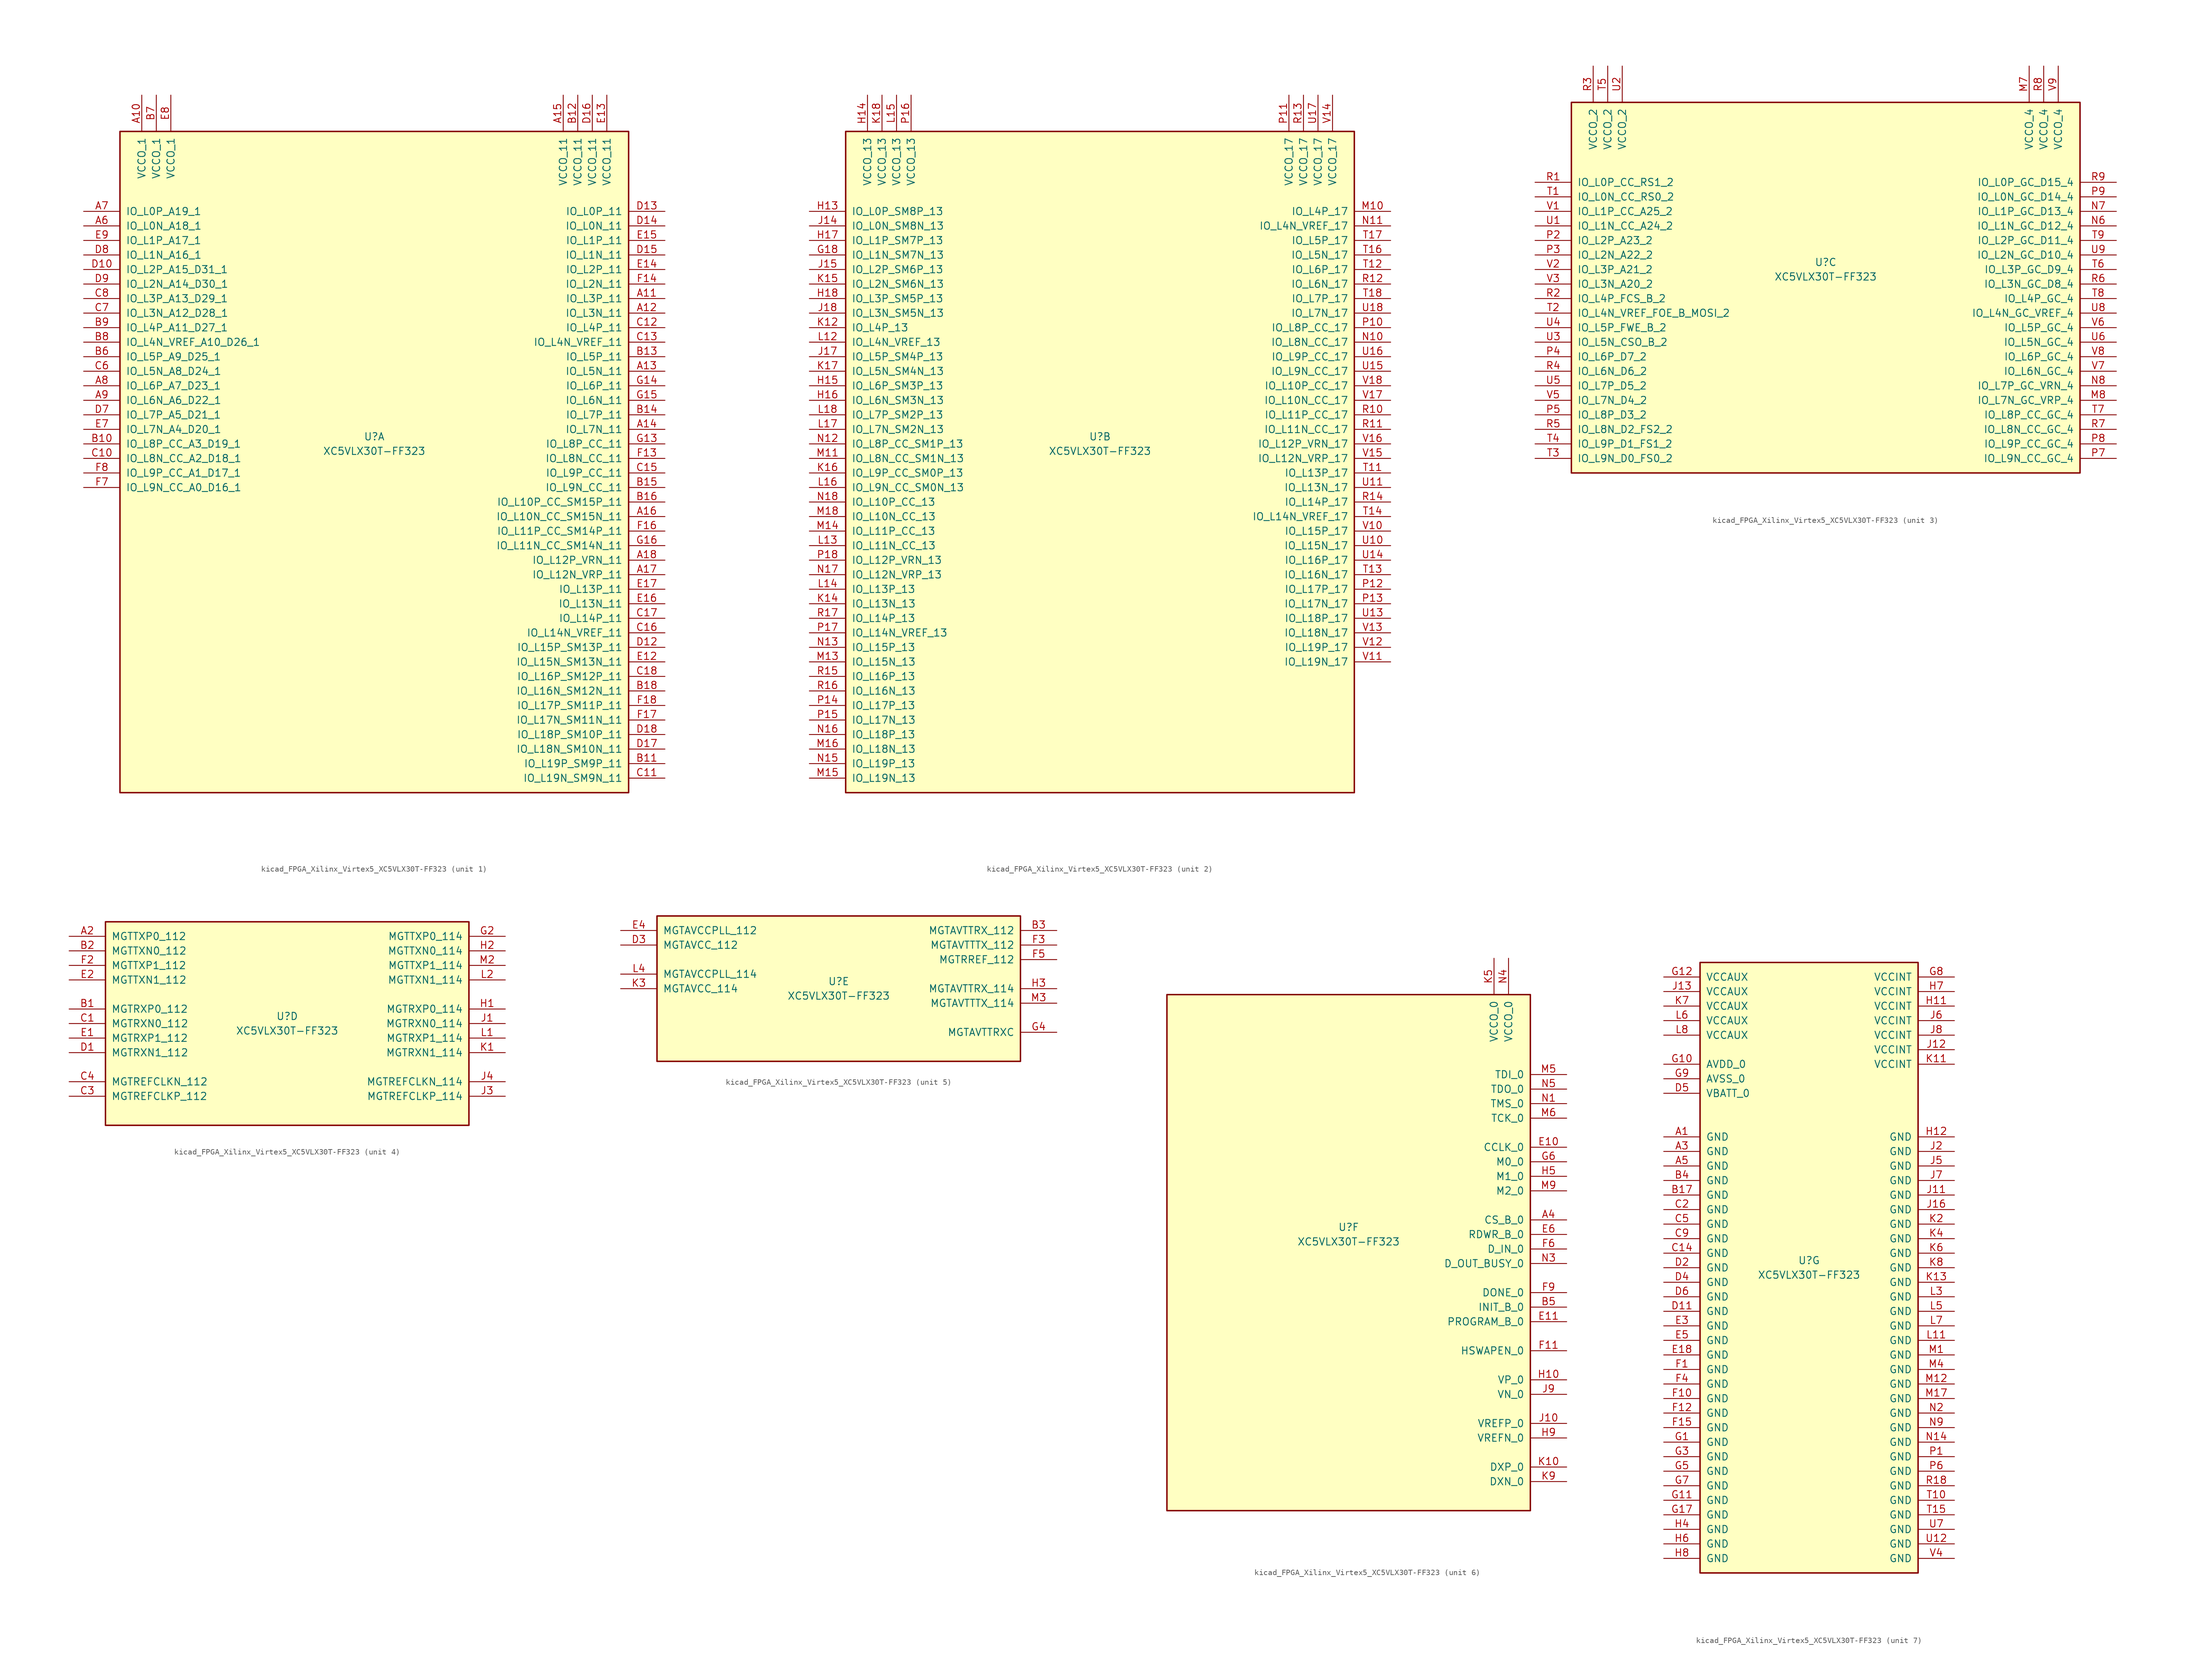
<source format=kicad_sym>
(kicad_symbol_lib
  (version 20220914)
  (generator kicad_symbol_editor)
  (symbol "kicad_FPGA_Xilinx_Virtex5_XC5VLX30T-FF323"
    (pin_names
      (offset 1.016))
    (property "Reference" "U"
      (at 0 1.27 0)
      (effects (font (size 1.27 1.27))))
    (property "Value" "XC5VLX30T-FF323"
      (at 0 -1.27 0)
      (effects (font (size 1.27 1.27))))
    (property "Datasheet" ""
      (at 0 0 0)
      (effects (font (size 1.27 1.27))))
    (property "ki_locked" ""
      (at 0 0 0)
      (effects (font (size 1.27 1.27))))
    (symbol "kicad_FPGA_Xilinx_Virtex5_XC5VLX30T-FF323_1_1"
      (rectangle (start -44.45 54.61) (end 44.45 -60.96) (stroke (width 0.254) (type default)) (fill (type background)))
      (pin power_in line (at -40.64 60.96 270) (length 6.35) (name "VCCO_1" (effects (font (size 1.27 1.27)))) (number "A10" (effects (font (size 1.27 1.27)))))
      (pin bidirectional line (at 50.8 25.4 180) (length 6.35) (name "IO_L3P_11" (effects (font (size 1.27 1.27)))) (number "A11" (effects (font (size 1.27 1.27)))))
      (pin bidirectional line (at 50.8 22.86 180) (length 6.35) (name "IO_L3N_11" (effects (font (size 1.27 1.27)))) (number "A12" (effects (font (size 1.27 1.27)))))
      (pin bidirectional line (at 50.8 12.7 180) (length 6.35) (name "IO_L5N_11" (effects (font (size 1.27 1.27)))) (number "A13" (effects (font (size 1.27 1.27)))))
      (pin bidirectional line (at 50.8 2.54 180) (length 6.35) (name "IO_L7N_11" (effects (font (size 1.27 1.27)))) (number "A14" (effects (font (size 1.27 1.27)))))
      (pin power_in line (at 33.02 60.96 270) (length 6.35) (name "VCCO_11" (effects (font (size 1.27 1.27)))) (number "A15" (effects (font (size 1.27 1.27)))))
      (pin bidirectional line (at 50.8 -12.7 180) (length 6.35) (name "IO_L10N_CC_SM15N_11" (effects (font (size 1.27 1.27)))) (number "A16" (effects (font (size 1.27 1.27)))))
      (pin bidirectional line (at 50.8 -22.86 180) (length 6.35) (name "IO_L12N_VRP_11" (effects (font (size 1.27 1.27)))) (number "A17" (effects (font (size 1.27 1.27)))))
      (pin bidirectional line (at 50.8 -20.32 180) (length 6.35) (name "IO_L12P_VRN_11" (effects (font (size 1.27 1.27)))) (number "A18" (effects (font (size 1.27 1.27)))))
      (pin bidirectional line (at -50.8 38.1 0) (length 6.35) (name "IO_L0N_A18_1" (effects (font (size 1.27 1.27)))) (number "A6" (effects (font (size 1.27 1.27)))))
      (pin bidirectional line (at -50.8 40.64 0) (length 6.35) (name "IO_L0P_A19_1" (effects (font (size 1.27 1.27)))) (number "A7" (effects (font (size 1.27 1.27)))))
      (pin bidirectional line (at -50.8 10.16 0) (length 6.35) (name "IO_L6P_A7_D23_1" (effects (font (size 1.27 1.27)))) (number "A8" (effects (font (size 1.27 1.27)))))
      (pin bidirectional line (at -50.8 7.62 0) (length 6.35) (name "IO_L6N_A6_D22_1" (effects (font (size 1.27 1.27)))) (number "A9" (effects (font (size 1.27 1.27)))))
      (pin bidirectional line (at -50.8 0 0) (length 6.35) (name "IO_L8P_CC_A3_D19_1" (effects (font (size 1.27 1.27)))) (number "B10" (effects (font (size 1.27 1.27)))))
      (pin bidirectional line (at 50.8 -55.88 180) (length 6.35) (name "IO_L19P_SM9P_11" (effects (font (size 1.27 1.27)))) (number "B11" (effects (font (size 1.27 1.27)))))
      (pin power_in line (at 35.56 60.96 270) (length 6.35) (name "VCCO_11" (effects (font (size 1.27 1.27)))) (number "B12" (effects (font (size 1.27 1.27)))))
      (pin bidirectional line (at 50.8 15.24 180) (length 6.35) (name "IO_L5P_11" (effects (font (size 1.27 1.27)))) (number "B13" (effects (font (size 1.27 1.27)))))
      (pin bidirectional line (at 50.8 5.08 180) (length 6.35) (name "IO_L7P_11" (effects (font (size 1.27 1.27)))) (number "B14" (effects (font (size 1.27 1.27)))))
      (pin bidirectional line (at 50.8 -7.62 180) (length 6.35) (name "IO_L9N_CC_11" (effects (font (size 1.27 1.27)))) (number "B15" (effects (font (size 1.27 1.27)))))
      (pin bidirectional line (at 50.8 -10.16 180) (length 6.35) (name "IO_L10P_CC_SM15P_11" (effects (font (size 1.27 1.27)))) (number "B16" (effects (font (size 1.27 1.27)))))
      (pin bidirectional line (at 50.8 -43.18 180) (length 6.35) (name "IO_L16N_SM12N_11" (effects (font (size 1.27 1.27)))) (number "B18" (effects (font (size 1.27 1.27)))))
      (pin bidirectional line (at -50.8 15.24 0) (length 6.35) (name "IO_L5P_A9_D25_1" (effects (font (size 1.27 1.27)))) (number "B6" (effects (font (size 1.27 1.27)))))
      (pin power_in line (at -38.1 60.96 270) (length 6.35) (name "VCCO_1" (effects (font (size 1.27 1.27)))) (number "B7" (effects (font (size 1.27 1.27)))))
      (pin bidirectional line (at -50.8 17.78 0) (length 6.35) (name "IO_L4N_VREF_A10_D26_1" (effects (font (size 1.27 1.27)))) (number "B8" (effects (font (size 1.27 1.27)))))
      (pin bidirectional line (at -50.8 20.32 0) (length 6.35) (name "IO_L4P_A11_D27_1" (effects (font (size 1.27 1.27)))) (number "B9" (effects (font (size 1.27 1.27)))))
      (pin bidirectional line (at -50.8 -2.54 0) (length 6.35) (name "IO_L8N_CC_A2_D18_1" (effects (font (size 1.27 1.27)))) (number "C10" (effects (font (size 1.27 1.27)))))
      (pin bidirectional line (at 50.8 -58.42 180) (length 6.35) (name "IO_L19N_SM9N_11" (effects (font (size 1.27 1.27)))) (number "C11" (effects (font (size 1.27 1.27)))))
      (pin bidirectional line (at 50.8 20.32 180) (length 6.35) (name "IO_L4P_11" (effects (font (size 1.27 1.27)))) (number "C12" (effects (font (size 1.27 1.27)))))
      (pin bidirectional line (at 50.8 17.78 180) (length 6.35) (name "IO_L4N_VREF_11" (effects (font (size 1.27 1.27)))) (number "C13" (effects (font (size 1.27 1.27)))))
      (pin bidirectional line (at 50.8 -5.08 180) (length 6.35) (name "IO_L9P_CC_11" (effects (font (size 1.27 1.27)))) (number "C15" (effects (font (size 1.27 1.27)))))
      (pin bidirectional line (at 50.8 -33.02 180) (length 6.35) (name "IO_L14N_VREF_11" (effects (font (size 1.27 1.27)))) (number "C16" (effects (font (size 1.27 1.27)))))
      (pin bidirectional line (at 50.8 -30.48 180) (length 6.35) (name "IO_L14P_11" (effects (font (size 1.27 1.27)))) (number "C17" (effects (font (size 1.27 1.27)))))
      (pin bidirectional line (at 50.8 -40.64 180) (length 6.35) (name "IO_L16P_SM12P_11" (effects (font (size 1.27 1.27)))) (number "C18" (effects (font (size 1.27 1.27)))))
      (pin bidirectional line (at -50.8 12.7 0) (length 6.35) (name "IO_L5N_A8_D24_1" (effects (font (size 1.27 1.27)))) (number "C6" (effects (font (size 1.27 1.27)))))
      (pin bidirectional line (at -50.8 22.86 0) (length 6.35) (name "IO_L3N_A12_D28_1" (effects (font (size 1.27 1.27)))) (number "C7" (effects (font (size 1.27 1.27)))))
      (pin bidirectional line (at -50.8 25.4 0) (length 6.35) (name "IO_L3P_A13_D29_1" (effects (font (size 1.27 1.27)))) (number "C8" (effects (font (size 1.27 1.27)))))
      (pin bidirectional line (at -50.8 30.48 0) (length 6.35) (name "IO_L2P_A15_D31_1" (effects (font (size 1.27 1.27)))) (number "D10" (effects (font (size 1.27 1.27)))))
      (pin bidirectional line (at 50.8 -35.56 180) (length 6.35) (name "IO_L15P_SM13P_11" (effects (font (size 1.27 1.27)))) (number "D12" (effects (font (size 1.27 1.27)))))
      (pin bidirectional line (at 50.8 40.64 180) (length 6.35) (name "IO_L0P_11" (effects (font (size 1.27 1.27)))) (number "D13" (effects (font (size 1.27 1.27)))))
      (pin bidirectional line (at 50.8 38.1 180) (length 6.35) (name "IO_L0N_11" (effects (font (size 1.27 1.27)))) (number "D14" (effects (font (size 1.27 1.27)))))
      (pin bidirectional line (at 50.8 33.02 180) (length 6.35) (name "IO_L1N_11" (effects (font (size 1.27 1.27)))) (number "D15" (effects (font (size 1.27 1.27)))))
      (pin power_in line (at 38.1 60.96 270) (length 6.35) (name "VCCO_11" (effects (font (size 1.27 1.27)))) (number "D16" (effects (font (size 1.27 1.27)))))
      (pin bidirectional line (at 50.8 -53.34 180) (length 6.35) (name "IO_L18N_SM10N_11" (effects (font (size 1.27 1.27)))) (number "D17" (effects (font (size 1.27 1.27)))))
      (pin bidirectional line (at 50.8 -50.8 180) (length 6.35) (name "IO_L18P_SM10P_11" (effects (font (size 1.27 1.27)))) (number "D18" (effects (font (size 1.27 1.27)))))
      (pin bidirectional line (at -50.8 5.08 0) (length 6.35) (name "IO_L7P_A5_D21_1" (effects (font (size 1.27 1.27)))) (number "D7" (effects (font (size 1.27 1.27)))))
      (pin bidirectional line (at -50.8 33.02 0) (length 6.35) (name "IO_L1N_A16_1" (effects (font (size 1.27 1.27)))) (number "D8" (effects (font (size 1.27 1.27)))))
      (pin bidirectional line (at -50.8 27.94 0) (length 6.35) (name "IO_L2N_A14_D30_1" (effects (font (size 1.27 1.27)))) (number "D9" (effects (font (size 1.27 1.27)))))
      (pin bidirectional line (at 50.8 -38.1 180) (length 6.35) (name "IO_L15N_SM13N_11" (effects (font (size 1.27 1.27)))) (number "E12" (effects (font (size 1.27 1.27)))))
      (pin power_in line (at 40.64 60.96 270) (length 6.35) (name "VCCO_11" (effects (font (size 1.27 1.27)))) (number "E13" (effects (font (size 1.27 1.27)))))
      (pin bidirectional line (at 50.8 30.48 180) (length 6.35) (name "IO_L2P_11" (effects (font (size 1.27 1.27)))) (number "E14" (effects (font (size 1.27 1.27)))))
      (pin bidirectional line (at 50.8 35.56 180) (length 6.35) (name "IO_L1P_11" (effects (font (size 1.27 1.27)))) (number "E15" (effects (font (size 1.27 1.27)))))
      (pin bidirectional line (at 50.8 -27.94 180) (length 6.35) (name "IO_L13N_11" (effects (font (size 1.27 1.27)))) (number "E16" (effects (font (size 1.27 1.27)))))
      (pin bidirectional line (at 50.8 -25.4 180) (length 6.35) (name "IO_L13P_11" (effects (font (size 1.27 1.27)))) (number "E17" (effects (font (size 1.27 1.27)))))
      (pin bidirectional line (at -50.8 2.54 0) (length 6.35) (name "IO_L7N_A4_D20_1" (effects (font (size 1.27 1.27)))) (number "E7" (effects (font (size 1.27 1.27)))))
      (pin power_in line (at -35.56 60.96 270) (length 6.35) (name "VCCO_1" (effects (font (size 1.27 1.27)))) (number "E8" (effects (font (size 1.27 1.27)))))
      (pin bidirectional line (at -50.8 35.56 0) (length 6.35) (name "IO_L1P_A17_1" (effects (font (size 1.27 1.27)))) (number "E9" (effects (font (size 1.27 1.27)))))
      (pin bidirectional line (at 50.8 -2.54 180) (length 6.35) (name "IO_L8N_CC_11" (effects (font (size 1.27 1.27)))) (number "F13" (effects (font (size 1.27 1.27)))))
      (pin bidirectional line (at 50.8 27.94 180) (length 6.35) (name "IO_L2N_11" (effects (font (size 1.27 1.27)))) (number "F14" (effects (font (size 1.27 1.27)))))
      (pin bidirectional line (at 50.8 -15.24 180) (length 6.35) (name "IO_L11P_CC_SM14P_11" (effects (font (size 1.27 1.27)))) (number "F16" (effects (font (size 1.27 1.27)))))
      (pin bidirectional line (at 50.8 -48.26 180) (length 6.35) (name "IO_L17N_SM11N_11" (effects (font (size 1.27 1.27)))) (number "F17" (effects (font (size 1.27 1.27)))))
      (pin bidirectional line (at 50.8 -45.72 180) (length 6.35) (name "IO_L17P_SM11P_11" (effects (font (size 1.27 1.27)))) (number "F18" (effects (font (size 1.27 1.27)))))
      (pin bidirectional line (at -50.8 -7.62 0) (length 6.35) (name "IO_L9N_CC_A0_D16_1" (effects (font (size 1.27 1.27)))) (number "F7" (effects (font (size 1.27 1.27)))))
      (pin bidirectional line (at -50.8 -5.08 0) (length 6.35) (name "IO_L9P_CC_A1_D17_1" (effects (font (size 1.27 1.27)))) (number "F8" (effects (font (size 1.27 1.27)))))
      (pin bidirectional line (at 50.8 0 180) (length 6.35) (name "IO_L8P_CC_11" (effects (font (size 1.27 1.27)))) (number "G13" (effects (font (size 1.27 1.27)))))
      (pin bidirectional line (at 50.8 10.16 180) (length 6.35) (name "IO_L6P_11" (effects (font (size 1.27 1.27)))) (number "G14" (effects (font (size 1.27 1.27)))))
      (pin bidirectional line (at 50.8 7.62 180) (length 6.35) (name "IO_L6N_11" (effects (font (size 1.27 1.27)))) (number "G15" (effects (font (size 1.27 1.27)))))
      (pin bidirectional line (at 50.8 -17.78 180) (length 6.35) (name "IO_L11N_CC_SM14N_11" (effects (font (size 1.27 1.27)))) (number "G16" (effects (font (size 1.27 1.27))))))
    (symbol "kicad_FPGA_Xilinx_Virtex5_XC5VLX30T-FF323_2_1"
      (rectangle (start -44.45 54.61) (end 44.45 -60.96) (stroke (width 0.254) (type default)) (fill (type background)))
      (pin bidirectional line (at -50.8 33.02 0) (length 6.35) (name "IO_L1N_SM7N_13" (effects (font (size 1.27 1.27)))) (number "G18" (effects (font (size 1.27 1.27)))))
      (pin bidirectional line (at -50.8 40.64 0) (length 6.35) (name "IO_L0P_SM8P_13" (effects (font (size 1.27 1.27)))) (number "H13" (effects (font (size 1.27 1.27)))))
      (pin power_in line (at -40.64 60.96 270) (length 6.35) (name "VCCO_13" (effects (font (size 1.27 1.27)))) (number "H14" (effects (font (size 1.27 1.27)))))
      (pin bidirectional line (at -50.8 10.16 0) (length 6.35) (name "IO_L6P_SM3P_13" (effects (font (size 1.27 1.27)))) (number "H15" (effects (font (size 1.27 1.27)))))
      (pin bidirectional line (at -50.8 7.62 0) (length 6.35) (name "IO_L6N_SM3N_13" (effects (font (size 1.27 1.27)))) (number "H16" (effects (font (size 1.27 1.27)))))
      (pin bidirectional line (at -50.8 35.56 0) (length 6.35) (name "IO_L1P_SM7P_13" (effects (font (size 1.27 1.27)))) (number "H17" (effects (font (size 1.27 1.27)))))
      (pin bidirectional line (at -50.8 25.4 0) (length 6.35) (name "IO_L3P_SM5P_13" (effects (font (size 1.27 1.27)))) (number "H18" (effects (font (size 1.27 1.27)))))
      (pin bidirectional line (at -50.8 38.1 0) (length 6.35) (name "IO_L0N_SM8N_13" (effects (font (size 1.27 1.27)))) (number "J14" (effects (font (size 1.27 1.27)))))
      (pin bidirectional line (at -50.8 30.48 0) (length 6.35) (name "IO_L2P_SM6P_13" (effects (font (size 1.27 1.27)))) (number "J15" (effects (font (size 1.27 1.27)))))
      (pin bidirectional line (at -50.8 15.24 0) (length 6.35) (name "IO_L5P_SM4P_13" (effects (font (size 1.27 1.27)))) (number "J17" (effects (font (size 1.27 1.27)))))
      (pin bidirectional line (at -50.8 22.86 0) (length 6.35) (name "IO_L3N_SM5N_13" (effects (font (size 1.27 1.27)))) (number "J18" (effects (font (size 1.27 1.27)))))
      (pin bidirectional line (at -50.8 20.32 0) (length 6.35) (name "IO_L4P_13" (effects (font (size 1.27 1.27)))) (number "K12" (effects (font (size 1.27 1.27)))))
      (pin bidirectional line (at -50.8 -27.94 0) (length 6.35) (name "IO_L13N_13" (effects (font (size 1.27 1.27)))) (number "K14" (effects (font (size 1.27 1.27)))))
      (pin bidirectional line (at -50.8 27.94 0) (length 6.35) (name "IO_L2N_SM6N_13" (effects (font (size 1.27 1.27)))) (number "K15" (effects (font (size 1.27 1.27)))))
      (pin bidirectional line (at -50.8 -5.08 0) (length 6.35) (name "IO_L9P_CC_SM0P_13" (effects (font (size 1.27 1.27)))) (number "K16" (effects (font (size 1.27 1.27)))))
      (pin bidirectional line (at -50.8 12.7 0) (length 6.35) (name "IO_L5N_SM4N_13" (effects (font (size 1.27 1.27)))) (number "K17" (effects (font (size 1.27 1.27)))))
      (pin power_in line (at -38.1 60.96 270) (length 6.35) (name "VCCO_13" (effects (font (size 1.27 1.27)))) (number "K18" (effects (font (size 1.27 1.27)))))
      (pin bidirectional line (at -50.8 17.78 0) (length 6.35) (name "IO_L4N_VREF_13" (effects (font (size 1.27 1.27)))) (number "L12" (effects (font (size 1.27 1.27)))))
      (pin bidirectional line (at -50.8 -17.78 0) (length 6.35) (name "IO_L11N_CC_13" (effects (font (size 1.27 1.27)))) (number "L13" (effects (font (size 1.27 1.27)))))
      (pin bidirectional line (at -50.8 -25.4 0) (length 6.35) (name "IO_L13P_13" (effects (font (size 1.27 1.27)))) (number "L14" (effects (font (size 1.27 1.27)))))
      (pin power_in line (at -35.56 60.96 270) (length 6.35) (name "VCCO_13" (effects (font (size 1.27 1.27)))) (number "L15" (effects (font (size 1.27 1.27)))))
      (pin bidirectional line (at -50.8 -7.62 0) (length 6.35) (name "IO_L9N_CC_SM0N_13" (effects (font (size 1.27 1.27)))) (number "L16" (effects (font (size 1.27 1.27)))))
      (pin bidirectional line (at -50.8 2.54 0) (length 6.35) (name "IO_L7N_SM2N_13" (effects (font (size 1.27 1.27)))) (number "L17" (effects (font (size 1.27 1.27)))))
      (pin bidirectional line (at -50.8 5.08 0) (length 6.35) (name "IO_L7P_SM2P_13" (effects (font (size 1.27 1.27)))) (number "L18" (effects (font (size 1.27 1.27)))))
      (pin bidirectional line (at 50.8 40.64 180) (length 6.35) (name "IO_L4P_17" (effects (font (size 1.27 1.27)))) (number "M10" (effects (font (size 1.27 1.27)))))
      (pin bidirectional line (at -50.8 -2.54 0) (length 6.35) (name "IO_L8N_CC_SM1N_13" (effects (font (size 1.27 1.27)))) (number "M11" (effects (font (size 1.27 1.27)))))
      (pin bidirectional line (at -50.8 -38.1 0) (length 6.35) (name "IO_L15N_13" (effects (font (size 1.27 1.27)))) (number "M13" (effects (font (size 1.27 1.27)))))
      (pin bidirectional line (at -50.8 -15.24 0) (length 6.35) (name "IO_L11P_CC_13" (effects (font (size 1.27 1.27)))) (number "M14" (effects (font (size 1.27 1.27)))))
      (pin bidirectional line (at -50.8 -58.42 0) (length 6.35) (name "IO_L19N_13" (effects (font (size 1.27 1.27)))) (number "M15" (effects (font (size 1.27 1.27)))))
      (pin bidirectional line (at -50.8 -53.34 0) (length 6.35) (name "IO_L18N_13" (effects (font (size 1.27 1.27)))) (number "M16" (effects (font (size 1.27 1.27)))))
      (pin bidirectional line (at -50.8 -12.7 0) (length 6.35) (name "IO_L10N_CC_13" (effects (font (size 1.27 1.27)))) (number "M18" (effects (font (size 1.27 1.27)))))
      (pin bidirectional line (at 50.8 17.78 180) (length 6.35) (name "IO_L8N_CC_17" (effects (font (size 1.27 1.27)))) (number "N10" (effects (font (size 1.27 1.27)))))
      (pin bidirectional line (at 50.8 38.1 180) (length 6.35) (name "IO_L4N_VREF_17" (effects (font (size 1.27 1.27)))) (number "N11" (effects (font (size 1.27 1.27)))))
      (pin bidirectional line (at -50.8 0 0) (length 6.35) (name "IO_L8P_CC_SM1P_13" (effects (font (size 1.27 1.27)))) (number "N12" (effects (font (size 1.27 1.27)))))
      (pin bidirectional line (at -50.8 -35.56 0) (length 6.35) (name "IO_L15P_13" (effects (font (size 1.27 1.27)))) (number "N13" (effects (font (size 1.27 1.27)))))
      (pin bidirectional line (at -50.8 -55.88 0) (length 6.35) (name "IO_L19P_13" (effects (font (size 1.27 1.27)))) (number "N15" (effects (font (size 1.27 1.27)))))
      (pin bidirectional line (at -50.8 -50.8 0) (length 6.35) (name "IO_L18P_13" (effects (font (size 1.27 1.27)))) (number "N16" (effects (font (size 1.27 1.27)))))
      (pin bidirectional line (at -50.8 -22.86 0) (length 6.35) (name "IO_L12N_VRP_13" (effects (font (size 1.27 1.27)))) (number "N17" (effects (font (size 1.27 1.27)))))
      (pin bidirectional line (at -50.8 -10.16 0) (length 6.35) (name "IO_L10P_CC_13" (effects (font (size 1.27 1.27)))) (number "N18" (effects (font (size 1.27 1.27)))))
      (pin bidirectional line (at 50.8 20.32 180) (length 6.35) (name "IO_L8P_CC_17" (effects (font (size 1.27 1.27)))) (number "P10" (effects (font (size 1.27 1.27)))))
      (pin power_in line (at 33.02 60.96 270) (length 6.35) (name "VCCO_17" (effects (font (size 1.27 1.27)))) (number "P11" (effects (font (size 1.27 1.27)))))
      (pin bidirectional line (at 50.8 -25.4 180) (length 6.35) (name "IO_L17P_17" (effects (font (size 1.27 1.27)))) (number "P12" (effects (font (size 1.27 1.27)))))
      (pin bidirectional line (at 50.8 -27.94 180) (length 6.35) (name "IO_L17N_17" (effects (font (size 1.27 1.27)))) (number "P13" (effects (font (size 1.27 1.27)))))
      (pin bidirectional line (at -50.8 -45.72 0) (length 6.35) (name "IO_L17P_13" (effects (font (size 1.27 1.27)))) (number "P14" (effects (font (size 1.27 1.27)))))
      (pin bidirectional line (at -50.8 -48.26 0) (length 6.35) (name "IO_L17N_13" (effects (font (size 1.27 1.27)))) (number "P15" (effects (font (size 1.27 1.27)))))
      (pin power_in line (at -33.02 60.96 270) (length 6.35) (name "VCCO_13" (effects (font (size 1.27 1.27)))) (number "P16" (effects (font (size 1.27 1.27)))))
      (pin bidirectional line (at -50.8 -33.02 0) (length 6.35) (name "IO_L14N_VREF_13" (effects (font (size 1.27 1.27)))) (number "P17" (effects (font (size 1.27 1.27)))))
      (pin bidirectional line (at -50.8 -20.32 0) (length 6.35) (name "IO_L12P_VRN_13" (effects (font (size 1.27 1.27)))) (number "P18" (effects (font (size 1.27 1.27)))))
      (pin bidirectional line (at 50.8 5.08 180) (length 6.35) (name "IO_L11P_CC_17" (effects (font (size 1.27 1.27)))) (number "R10" (effects (font (size 1.27 1.27)))))
      (pin bidirectional line (at 50.8 2.54 180) (length 6.35) (name "IO_L11N_CC_17" (effects (font (size 1.27 1.27)))) (number "R11" (effects (font (size 1.27 1.27)))))
      (pin bidirectional line (at 50.8 27.94 180) (length 6.35) (name "IO_L6N_17" (effects (font (size 1.27 1.27)))) (number "R12" (effects (font (size 1.27 1.27)))))
      (pin power_in line (at 35.56 60.96 270) (length 6.35) (name "VCCO_17" (effects (font (size 1.27 1.27)))) (number "R13" (effects (font (size 1.27 1.27)))))
      (pin bidirectional line (at 50.8 -10.16 180) (length 6.35) (name "IO_L14P_17" (effects (font (size 1.27 1.27)))) (number "R14" (effects (font (size 1.27 1.27)))))
      (pin bidirectional line (at -50.8 -40.64 0) (length 6.35) (name "IO_L16P_13" (effects (font (size 1.27 1.27)))) (number "R15" (effects (font (size 1.27 1.27)))))
      (pin bidirectional line (at -50.8 -43.18 0) (length 6.35) (name "IO_L16N_13" (effects (font (size 1.27 1.27)))) (number "R16" (effects (font (size 1.27 1.27)))))
      (pin bidirectional line (at -50.8 -30.48 0) (length 6.35) (name "IO_L14P_13" (effects (font (size 1.27 1.27)))) (number "R17" (effects (font (size 1.27 1.27)))))
      (pin bidirectional line (at 50.8 -5.08 180) (length 6.35) (name "IO_L13P_17" (effects (font (size 1.27 1.27)))) (number "T11" (effects (font (size 1.27 1.27)))))
      (pin bidirectional line (at 50.8 30.48 180) (length 6.35) (name "IO_L6P_17" (effects (font (size 1.27 1.27)))) (number "T12" (effects (font (size 1.27 1.27)))))
      (pin bidirectional line (at 50.8 -22.86 180) (length 6.35) (name "IO_L16N_17" (effects (font (size 1.27 1.27)))) (number "T13" (effects (font (size 1.27 1.27)))))
      (pin bidirectional line (at 50.8 -12.7 180) (length 6.35) (name "IO_L14N_VREF_17" (effects (font (size 1.27 1.27)))) (number "T14" (effects (font (size 1.27 1.27)))))
      (pin bidirectional line (at 50.8 33.02 180) (length 6.35) (name "IO_L5N_17" (effects (font (size 1.27 1.27)))) (number "T16" (effects (font (size 1.27 1.27)))))
      (pin bidirectional line (at 50.8 35.56 180) (length 6.35) (name "IO_L5P_17" (effects (font (size 1.27 1.27)))) (number "T17" (effects (font (size 1.27 1.27)))))
      (pin bidirectional line (at 50.8 25.4 180) (length 6.35) (name "IO_L7P_17" (effects (font (size 1.27 1.27)))) (number "T18" (effects (font (size 1.27 1.27)))))
      (pin bidirectional line (at 50.8 -17.78 180) (length 6.35) (name "IO_L15N_17" (effects (font (size 1.27 1.27)))) (number "U10" (effects (font (size 1.27 1.27)))))
      (pin bidirectional line (at 50.8 -7.62 180) (length 6.35) (name "IO_L13N_17" (effects (font (size 1.27 1.27)))) (number "U11" (effects (font (size 1.27 1.27)))))
      (pin bidirectional line (at 50.8 -30.48 180) (length 6.35) (name "IO_L18P_17" (effects (font (size 1.27 1.27)))) (number "U13" (effects (font (size 1.27 1.27)))))
      (pin bidirectional line (at 50.8 -20.32 180) (length 6.35) (name "IO_L16P_17" (effects (font (size 1.27 1.27)))) (number "U14" (effects (font (size 1.27 1.27)))))
      (pin bidirectional line (at 50.8 12.7 180) (length 6.35) (name "IO_L9N_CC_17" (effects (font (size 1.27 1.27)))) (number "U15" (effects (font (size 1.27 1.27)))))
      (pin bidirectional line (at 50.8 15.24 180) (length 6.35) (name "IO_L9P_CC_17" (effects (font (size 1.27 1.27)))) (number "U16" (effects (font (size 1.27 1.27)))))
      (pin power_in line (at 38.1 60.96 270) (length 6.35) (name "VCCO_17" (effects (font (size 1.27 1.27)))) (number "U17" (effects (font (size 1.27 1.27)))))
      (pin bidirectional line (at 50.8 22.86 180) (length 6.35) (name "IO_L7N_17" (effects (font (size 1.27 1.27)))) (number "U18" (effects (font (size 1.27 1.27)))))
      (pin bidirectional line (at 50.8 -15.24 180) (length 6.35) (name "IO_L15P_17" (effects (font (size 1.27 1.27)))) (number "V10" (effects (font (size 1.27 1.27)))))
      (pin bidirectional line (at 50.8 -38.1 180) (length 6.35) (name "IO_L19N_17" (effects (font (size 1.27 1.27)))) (number "V11" (effects (font (size 1.27 1.27)))))
      (pin bidirectional line (at 50.8 -35.56 180) (length 6.35) (name "IO_L19P_17" (effects (font (size 1.27 1.27)))) (number "V12" (effects (font (size 1.27 1.27)))))
      (pin bidirectional line (at 50.8 -33.02 180) (length 6.35) (name "IO_L18N_17" (effects (font (size 1.27 1.27)))) (number "V13" (effects (font (size 1.27 1.27)))))
      (pin power_in line (at 40.64 60.96 270) (length 6.35) (name "VCCO_17" (effects (font (size 1.27 1.27)))) (number "V14" (effects (font (size 1.27 1.27)))))
      (pin bidirectional line (at 50.8 -2.54 180) (length 6.35) (name "IO_L12N_VRP_17" (effects (font (size 1.27 1.27)))) (number "V15" (effects (font (size 1.27 1.27)))))
      (pin bidirectional line (at 50.8 0 180) (length 6.35) (name "IO_L12P_VRN_17" (effects (font (size 1.27 1.27)))) (number "V16" (effects (font (size 1.27 1.27)))))
      (pin bidirectional line (at 50.8 7.62 180) (length 6.35) (name "IO_L10N_CC_17" (effects (font (size 1.27 1.27)))) (number "V17" (effects (font (size 1.27 1.27)))))
      (pin bidirectional line (at 50.8 10.16 180) (length 6.35) (name "IO_L10P_CC_17" (effects (font (size 1.27 1.27)))) (number "V18" (effects (font (size 1.27 1.27))))))
    (symbol "kicad_FPGA_Xilinx_Virtex5_XC5VLX30T-FF323_3_1"
      (rectangle (start -44.45 29.21) (end 44.45 -35.56) (stroke (width 0.254) (type default)) (fill (type background)))
      (pin power_in line (at 35.56 35.56 270) (length 6.35) (name "VCCO_4" (effects (font (size 1.27 1.27)))) (number "M7" (effects (font (size 1.27 1.27)))))
      (pin bidirectional line (at 50.8 -22.86 180) (length 6.35) (name "IO_L7N_GC_VRP_4" (effects (font (size 1.27 1.27)))) (number "M8" (effects (font (size 1.27 1.27)))))
      (pin bidirectional line (at 50.8 7.62 180) (length 6.35) (name "IO_L1N_GC_D12_4" (effects (font (size 1.27 1.27)))) (number "N6" (effects (font (size 1.27 1.27)))))
      (pin bidirectional line (at 50.8 10.16 180) (length 6.35) (name "IO_L1P_GC_D13_4" (effects (font (size 1.27 1.27)))) (number "N7" (effects (font (size 1.27 1.27)))))
      (pin bidirectional line (at 50.8 -20.32 180) (length 6.35) (name "IO_L7P_GC_VRN_4" (effects (font (size 1.27 1.27)))) (number "N8" (effects (font (size 1.27 1.27)))))
      (pin bidirectional line (at -50.8 5.08 0) (length 6.35) (name "IO_L2P_A23_2" (effects (font (size 1.27 1.27)))) (number "P2" (effects (font (size 1.27 1.27)))))
      (pin bidirectional line (at -50.8 2.54 0) (length 6.35) (name "IO_L2N_A22_2" (effects (font (size 1.27 1.27)))) (number "P3" (effects (font (size 1.27 1.27)))))
      (pin bidirectional line (at -50.8 -15.24 0) (length 6.35) (name "IO_L6P_D7_2" (effects (font (size 1.27 1.27)))) (number "P4" (effects (font (size 1.27 1.27)))))
      (pin bidirectional line (at -50.8 -25.4 0) (length 6.35) (name "IO_L8P_D3_2" (effects (font (size 1.27 1.27)))) (number "P5" (effects (font (size 1.27 1.27)))))
      (pin bidirectional line (at 50.8 -33.02 180) (length 6.35) (name "IO_L9N_CC_GC_4" (effects (font (size 1.27 1.27)))) (number "P7" (effects (font (size 1.27 1.27)))))
      (pin bidirectional line (at 50.8 -30.48 180) (length 6.35) (name "IO_L9P_CC_GC_4" (effects (font (size 1.27 1.27)))) (number "P8" (effects (font (size 1.27 1.27)))))
      (pin bidirectional line (at 50.8 12.7 180) (length 6.35) (name "IO_L0N_GC_D14_4" (effects (font (size 1.27 1.27)))) (number "P9" (effects (font (size 1.27 1.27)))))
      (pin bidirectional line (at -50.8 15.24 0) (length 6.35) (name "IO_L0P_CC_RS1_2" (effects (font (size 1.27 1.27)))) (number "R1" (effects (font (size 1.27 1.27)))))
      (pin bidirectional line (at -50.8 -5.08 0) (length 6.35) (name "IO_L4P_FCS_B_2" (effects (font (size 1.27 1.27)))) (number "R2" (effects (font (size 1.27 1.27)))))
      (pin power_in line (at -40.64 35.56 270) (length 6.35) (name "VCCO_2" (effects (font (size 1.27 1.27)))) (number "R3" (effects (font (size 1.27 1.27)))))
      (pin bidirectional line (at -50.8 -17.78 0) (length 6.35) (name "IO_L6N_D6_2" (effects (font (size 1.27 1.27)))) (number "R4" (effects (font (size 1.27 1.27)))))
      (pin bidirectional line (at -50.8 -27.94 0) (length 6.35) (name "IO_L8N_D2_FS2_2" (effects (font (size 1.27 1.27)))) (number "R5" (effects (font (size 1.27 1.27)))))
      (pin bidirectional line (at 50.8 -2.54 180) (length 6.35) (name "IO_L3N_GC_D8_4" (effects (font (size 1.27 1.27)))) (number "R6" (effects (font (size 1.27 1.27)))))
      (pin bidirectional line (at 50.8 -27.94 180) (length 6.35) (name "IO_L8N_CC_GC_4" (effects (font (size 1.27 1.27)))) (number "R7" (effects (font (size 1.27 1.27)))))
      (pin power_in line (at 38.1 35.56 270) (length 6.35) (name "VCCO_4" (effects (font (size 1.27 1.27)))) (number "R8" (effects (font (size 1.27 1.27)))))
      (pin bidirectional line (at 50.8 15.24 180) (length 6.35) (name "IO_L0P_GC_D15_4" (effects (font (size 1.27 1.27)))) (number "R9" (effects (font (size 1.27 1.27)))))
      (pin bidirectional line (at -50.8 12.7 0) (length 6.35) (name "IO_L0N_CC_RS0_2" (effects (font (size 1.27 1.27)))) (number "T1" (effects (font (size 1.27 1.27)))))
      (pin bidirectional line (at -50.8 -7.62 0) (length 6.35) (name "IO_L4N_VREF_FOE_B_MOSI_2" (effects (font (size 1.27 1.27)))) (number "T2" (effects (font (size 1.27 1.27)))))
      (pin bidirectional line (at -50.8 -33.02 0) (length 6.35) (name "IO_L9N_D0_FS0_2" (effects (font (size 1.27 1.27)))) (number "T3" (effects (font (size 1.27 1.27)))))
      (pin bidirectional line (at -50.8 -30.48 0) (length 6.35) (name "IO_L9P_D1_FS1_2" (effects (font (size 1.27 1.27)))) (number "T4" (effects (font (size 1.27 1.27)))))
      (pin power_in line (at -38.1 35.56 270) (length 6.35) (name "VCCO_2" (effects (font (size 1.27 1.27)))) (number "T5" (effects (font (size 1.27 1.27)))))
      (pin bidirectional line (at 50.8 0 180) (length 6.35) (name "IO_L3P_GC_D9_4" (effects (font (size 1.27 1.27)))) (number "T6" (effects (font (size 1.27 1.27)))))
      (pin bidirectional line (at 50.8 -25.4 180) (length 6.35) (name "IO_L8P_CC_GC_4" (effects (font (size 1.27 1.27)))) (number "T7" (effects (font (size 1.27 1.27)))))
      (pin bidirectional line (at 50.8 -5.08 180) (length 6.35) (name "IO_L4P_GC_4" (effects (font (size 1.27 1.27)))) (number "T8" (effects (font (size 1.27 1.27)))))
      (pin bidirectional line (at 50.8 5.08 180) (length 6.35) (name "IO_L2P_GC_D11_4" (effects (font (size 1.27 1.27)))) (number "T9" (effects (font (size 1.27 1.27)))))
      (pin bidirectional line (at -50.8 7.62 0) (length 6.35) (name "IO_L1N_CC_A24_2" (effects (font (size 1.27 1.27)))) (number "U1" (effects (font (size 1.27 1.27)))))
      (pin power_in line (at -35.56 35.56 270) (length 6.35) (name "VCCO_2" (effects (font (size 1.27 1.27)))) (number "U2" (effects (font (size 1.27 1.27)))))
      (pin bidirectional line (at -50.8 -12.7 0) (length 6.35) (name "IO_L5N_CSO_B_2" (effects (font (size 1.27 1.27)))) (number "U3" (effects (font (size 1.27 1.27)))))
      (pin bidirectional line (at -50.8 -10.16 0) (length 6.35) (name "IO_L5P_FWE_B_2" (effects (font (size 1.27 1.27)))) (number "U4" (effects (font (size 1.27 1.27)))))
      (pin bidirectional line (at -50.8 -20.32 0) (length 6.35) (name "IO_L7P_D5_2" (effects (font (size 1.27 1.27)))) (number "U5" (effects (font (size 1.27 1.27)))))
      (pin bidirectional line (at 50.8 -12.7 180) (length 6.35) (name "IO_L5N_GC_4" (effects (font (size 1.27 1.27)))) (number "U6" (effects (font (size 1.27 1.27)))))
      (pin bidirectional line (at 50.8 -7.62 180) (length 6.35) (name "IO_L4N_GC_VREF_4" (effects (font (size 1.27 1.27)))) (number "U8" (effects (font (size 1.27 1.27)))))
      (pin bidirectional line (at 50.8 2.54 180) (length 6.35) (name "IO_L2N_GC_D10_4" (effects (font (size 1.27 1.27)))) (number "U9" (effects (font (size 1.27 1.27)))))
      (pin bidirectional line (at -50.8 10.16 0) (length 6.35) (name "IO_L1P_CC_A25_2" (effects (font (size 1.27 1.27)))) (number "V1" (effects (font (size 1.27 1.27)))))
      (pin bidirectional line (at -50.8 0 0) (length 6.35) (name "IO_L3P_A21_2" (effects (font (size 1.27 1.27)))) (number "V2" (effects (font (size 1.27 1.27)))))
      (pin bidirectional line (at -50.8 -2.54 0) (length 6.35) (name "IO_L3N_A20_2" (effects (font (size 1.27 1.27)))) (number "V3" (effects (font (size 1.27 1.27)))))
      (pin bidirectional line (at -50.8 -22.86 0) (length 6.35) (name "IO_L7N_D4_2" (effects (font (size 1.27 1.27)))) (number "V5" (effects (font (size 1.27 1.27)))))
      (pin bidirectional line (at 50.8 -10.16 180) (length 6.35) (name "IO_L5P_GC_4" (effects (font (size 1.27 1.27)))) (number "V6" (effects (font (size 1.27 1.27)))))
      (pin bidirectional line (at 50.8 -17.78 180) (length 6.35) (name "IO_L6N_GC_4" (effects (font (size 1.27 1.27)))) (number "V7" (effects (font (size 1.27 1.27)))))
      (pin bidirectional line (at 50.8 -15.24 180) (length 6.35) (name "IO_L6P_GC_4" (effects (font (size 1.27 1.27)))) (number "V8" (effects (font (size 1.27 1.27)))))
      (pin power_in line (at 40.64 35.56 270) (length 6.35) (name "VCCO_4" (effects (font (size 1.27 1.27)))) (number "V9" (effects (font (size 1.27 1.27))))))
    (symbol "kicad_FPGA_Xilinx_Virtex5_XC5VLX30T-FF323_4_1"
      (rectangle (start -31.75 17.78) (end 31.75 -17.78) (stroke (width 0.254) (type default)) (fill (type background)))
      (pin bidirectional line (at -38.1 15.24 0) (length 6.35) (name "MGTTXP0_112" (effects (font (size 1.27 1.27)))) (number "A2" (effects (font (size 1.27 1.27)))))
      (pin bidirectional line (at -38.1 2.54 0) (length 6.35) (name "MGTRXP0_112" (effects (font (size 1.27 1.27)))) (number "B1" (effects (font (size 1.27 1.27)))))
      (pin bidirectional line (at -38.1 12.7 0) (length 6.35) (name "MGTTXN0_112" (effects (font (size 1.27 1.27)))) (number "B2" (effects (font (size 1.27 1.27)))))
      (pin bidirectional line (at -38.1 0 0) (length 6.35) (name "MGTRXN0_112" (effects (font (size 1.27 1.27)))) (number "C1" (effects (font (size 1.27 1.27)))))
      (pin bidirectional line (at -38.1 -12.7 0) (length 6.35) (name "MGTREFCLKP_112" (effects (font (size 1.27 1.27)))) (number "C3" (effects (font (size 1.27 1.27)))))
      (pin bidirectional line (at -38.1 -10.16 0) (length 6.35) (name "MGTREFCLKN_112" (effects (font (size 1.27 1.27)))) (number "C4" (effects (font (size 1.27 1.27)))))
      (pin bidirectional line (at -38.1 -5.08 0) (length 6.35) (name "MGTRXN1_112" (effects (font (size 1.27 1.27)))) (number "D1" (effects (font (size 1.27 1.27)))))
      (pin bidirectional line (at -38.1 -2.54 0) (length 6.35) (name "MGTRXP1_112" (effects (font (size 1.27 1.27)))) (number "E1" (effects (font (size 1.27 1.27)))))
      (pin bidirectional line (at -38.1 7.62 0) (length 6.35) (name "MGTTXN1_112" (effects (font (size 1.27 1.27)))) (number "E2" (effects (font (size 1.27 1.27)))))
      (pin bidirectional line (at -38.1 10.16 0) (length 6.35) (name "MGTTXP1_112" (effects (font (size 1.27 1.27)))) (number "F2" (effects (font (size 1.27 1.27)))))
      (pin bidirectional line (at 38.1 15.24 180) (length 6.35) (name "MGTTXP0_114" (effects (font (size 1.27 1.27)))) (number "G2" (effects (font (size 1.27 1.27)))))
      (pin bidirectional line (at 38.1 2.54 180) (length 6.35) (name "MGTRXP0_114" (effects (font (size 1.27 1.27)))) (number "H1" (effects (font (size 1.27 1.27)))))
      (pin bidirectional line (at 38.1 12.7 180) (length 6.35) (name "MGTTXN0_114" (effects (font (size 1.27 1.27)))) (number "H2" (effects (font (size 1.27 1.27)))))
      (pin bidirectional line (at 38.1 0 180) (length 6.35) (name "MGTRXN0_114" (effects (font (size 1.27 1.27)))) (number "J1" (effects (font (size 1.27 1.27)))))
      (pin bidirectional line (at 38.1 -12.7 180) (length 6.35) (name "MGTREFCLKP_114" (effects (font (size 1.27 1.27)))) (number "J3" (effects (font (size 1.27 1.27)))))
      (pin bidirectional line (at 38.1 -10.16 180) (length 6.35) (name "MGTREFCLKN_114" (effects (font (size 1.27 1.27)))) (number "J4" (effects (font (size 1.27 1.27)))))
      (pin bidirectional line (at 38.1 -5.08 180) (length 6.35) (name "MGTRXN1_114" (effects (font (size 1.27 1.27)))) (number "K1" (effects (font (size 1.27 1.27)))))
      (pin bidirectional line (at 38.1 -2.54 180) (length 6.35) (name "MGTRXP1_114" (effects (font (size 1.27 1.27)))) (number "L1" (effects (font (size 1.27 1.27)))))
      (pin bidirectional line (at 38.1 7.62 180) (length 6.35) (name "MGTTXN1_114" (effects (font (size 1.27 1.27)))) (number "L2" (effects (font (size 1.27 1.27)))))
      (pin bidirectional line (at 38.1 10.16 180) (length 6.35) (name "MGTTXP1_114" (effects (font (size 1.27 1.27)))) (number "M2" (effects (font (size 1.27 1.27))))))
    (symbol "kicad_FPGA_Xilinx_Virtex5_XC5VLX30T-FF323_5_1"
      (rectangle (start -31.75 12.7) (end 31.75 -12.7) (stroke (width 0.254) (type default)) (fill (type background)))
      (pin power_in line (at 38.1 10.16 180) (length 6.35) (name "MGTAVTTRX_112" (effects (font (size 1.27 1.27)))) (number "B3" (effects (font (size 1.27 1.27)))))
      (pin power_in line (at -38.1 7.62 0) (length 6.35) (name "MGTAVCC_112" (effects (font (size 1.27 1.27)))) (number "D3" (effects (font (size 1.27 1.27)))))
      (pin power_in line (at -38.1 10.16 0) (length 6.35) (name "MGTAVCCPLL_112" (effects (font (size 1.27 1.27)))) (number "E4" (effects (font (size 1.27 1.27)))))
      (pin power_in line (at 38.1 7.62 180) (length 6.35) (name "MGTAVTTTX_112" (effects (font (size 1.27 1.27)))) (number "F3" (effects (font (size 1.27 1.27)))))
      (pin power_in line (at 38.1 5.08 180) (length 6.35) (name "MGTRREF_112" (effects (font (size 1.27 1.27)))) (number "F5" (effects (font (size 1.27 1.27)))))
      (pin power_in line (at 38.1 -7.62 180) (length 6.35) (name "MGTAVTTRXC" (effects (font (size 1.27 1.27)))) (number "G4" (effects (font (size 1.27 1.27)))))
      (pin power_in line (at 38.1 0 180) (length 6.35) (name "MGTAVTTRX_114" (effects (font (size 1.27 1.27)))) (number "H3" (effects (font (size 1.27 1.27)))))
      (pin power_in line (at -38.1 0 0) (length 6.35) (name "MGTAVCC_114" (effects (font (size 1.27 1.27)))) (number "K3" (effects (font (size 1.27 1.27)))))
      (pin power_in line (at -38.1 2.54 0) (length 6.35) (name "MGTAVCCPLL_114" (effects (font (size 1.27 1.27)))) (number "L4" (effects (font (size 1.27 1.27)))))
      (pin power_in line (at 38.1 -2.54 180) (length 6.35) (name "MGTAVTTTX_114" (effects (font (size 1.27 1.27)))) (number "M3" (effects (font (size 1.27 1.27))))))
    (symbol "kicad_FPGA_Xilinx_Virtex5_XC5VLX30T-FF323_6_1"
      (rectangle (start -31.75 41.91) (end 31.75 -48.26) (stroke (width 0.254) (type default)) (fill (type background)))
      (pin bidirectional line (at 38.1 2.54 180) (length 6.35) (name "CS_B_0" (effects (font (size 1.27 1.27)))) (number "A4" (effects (font (size 1.27 1.27)))))
      (pin bidirectional line (at 38.1 -12.7 180) (length 6.35) (name "INIT_B_0" (effects (font (size 1.27 1.27)))) (number "B5" (effects (font (size 1.27 1.27)))))
      (pin bidirectional line (at 38.1 15.24 180) (length 6.35) (name "CCLK_0" (effects (font (size 1.27 1.27)))) (number "E10" (effects (font (size 1.27 1.27)))))
      (pin bidirectional line (at 38.1 -15.24 180) (length 6.35) (name "PROGRAM_B_0" (effects (font (size 1.27 1.27)))) (number "E11" (effects (font (size 1.27 1.27)))))
      (pin bidirectional line (at 38.1 0 180) (length 6.35) (name "RDWR_B_0" (effects (font (size 1.27 1.27)))) (number "E6" (effects (font (size 1.27 1.27)))))
      (pin bidirectional line (at 38.1 -20.32 180) (length 6.35) (name "HSWAPEN_0" (effects (font (size 1.27 1.27)))) (number "F11" (effects (font (size 1.27 1.27)))))
      (pin bidirectional line (at 38.1 -2.54 180) (length 6.35) (name "D_IN_0" (effects (font (size 1.27 1.27)))) (number "F6" (effects (font (size 1.27 1.27)))))
      (pin bidirectional line (at 38.1 -10.16 180) (length 6.35) (name "DONE_0" (effects (font (size 1.27 1.27)))) (number "F9" (effects (font (size 1.27 1.27)))))
      (pin bidirectional line (at 38.1 12.7 180) (length 6.35) (name "M0_0" (effects (font (size 1.27 1.27)))) (number "G6" (effects (font (size 1.27 1.27)))))
      (pin bidirectional line (at 38.1 -25.4 180) (length 6.35) (name "VP_0" (effects (font (size 1.27 1.27)))) (number "H10" (effects (font (size 1.27 1.27)))))
      (pin bidirectional line (at 38.1 10.16 180) (length 6.35) (name "M1_0" (effects (font (size 1.27 1.27)))) (number "H5" (effects (font (size 1.27 1.27)))))
      (pin bidirectional line (at 38.1 -35.56 180) (length 6.35) (name "VREFN_0" (effects (font (size 1.27 1.27)))) (number "H9" (effects (font (size 1.27 1.27)))))
      (pin bidirectional line (at 38.1 -33.02 180) (length 6.35) (name "VREFP_0" (effects (font (size 1.27 1.27)))) (number "J10" (effects (font (size 1.27 1.27)))))
      (pin bidirectional line (at 38.1 -27.94 180) (length 6.35) (name "VN_0" (effects (font (size 1.27 1.27)))) (number "J9" (effects (font (size 1.27 1.27)))))
      (pin bidirectional line (at 38.1 -40.64 180) (length 6.35) (name "DXP_0" (effects (font (size 1.27 1.27)))) (number "K10" (effects (font (size 1.27 1.27)))))
      (pin power_in line (at 25.4 48.26 270) (length 6.35) (name "VCCO_0" (effects (font (size 1.27 1.27)))) (number "K5" (effects (font (size 1.27 1.27)))))
      (pin bidirectional line (at 38.1 -43.18 180) (length 6.35) (name "DXN_0" (effects (font (size 1.27 1.27)))) (number "K9" (effects (font (size 1.27 1.27)))))
      (pin bidirectional line (at 38.1 27.94 180) (length 6.35) (name "TDI_0" (effects (font (size 1.27 1.27)))) (number "M5" (effects (font (size 1.27 1.27)))))
      (pin bidirectional line (at 38.1 20.32 180) (length 6.35) (name "TCK_0" (effects (font (size 1.27 1.27)))) (number "M6" (effects (font (size 1.27 1.27)))))
      (pin bidirectional line (at 38.1 7.62 180) (length 6.35) (name "M2_0" (effects (font (size 1.27 1.27)))) (number "M9" (effects (font (size 1.27 1.27)))))
      (pin bidirectional line (at 38.1 22.86 180) (length 6.35) (name "TMS_0" (effects (font (size 1.27 1.27)))) (number "N1" (effects (font (size 1.27 1.27)))))
      (pin bidirectional line (at 38.1 -5.08 180) (length 6.35) (name "D_OUT_BUSY_0" (effects (font (size 1.27 1.27)))) (number "N3" (effects (font (size 1.27 1.27)))))
      (pin power_in line (at 27.94 48.26 270) (length 6.35) (name "VCCO_0" (effects (font (size 1.27 1.27)))) (number "N4" (effects (font (size 1.27 1.27)))))
      (pin bidirectional line (at 38.1 25.4 180) (length 6.35) (name "TDO_0" (effects (font (size 1.27 1.27)))) (number "N5" (effects (font (size 1.27 1.27))))))
    (symbol "kicad_FPGA_Xilinx_Virtex5_XC5VLX30T-FF323_7_1"
      (rectangle (start -19.05 53.34) (end 19.05 -53.34) (stroke (width 0.254) (type default)) (fill (type background)))
      (pin power_in line (at -25.4 22.86 0) (length 6.35) (name "GND" (effects (font (size 1.27 1.27)))) (number "A1" (effects (font (size 1.27 1.27)))))
      (pin power_in line (at -25.4 20.32 0) (length 6.35) (name "GND" (effects (font (size 1.27 1.27)))) (number "A3" (effects (font (size 1.27 1.27)))))
      (pin power_in line (at -25.4 17.78 0) (length 6.35) (name "GND" (effects (font (size 1.27 1.27)))) (number "A5" (effects (font (size 1.27 1.27)))))
      (pin power_in line (at -25.4 12.7 0) (length 6.35) (name "GND" (effects (font (size 1.27 1.27)))) (number "B17" (effects (font (size 1.27 1.27)))))
      (pin power_in line (at -25.4 15.24 0) (length 6.35) (name "GND" (effects (font (size 1.27 1.27)))) (number "B4" (effects (font (size 1.27 1.27)))))
      (pin power_in line (at -25.4 2.54 0) (length 6.35) (name "GND" (effects (font (size 1.27 1.27)))) (number "C14" (effects (font (size 1.27 1.27)))))
      (pin power_in line (at -25.4 10.16 0) (length 6.35) (name "GND" (effects (font (size 1.27 1.27)))) (number "C2" (effects (font (size 1.27 1.27)))))
      (pin power_in line (at -25.4 7.62 0) (length 6.35) (name "GND" (effects (font (size 1.27 1.27)))) (number "C5" (effects (font (size 1.27 1.27)))))
      (pin power_in line (at -25.4 5.08 0) (length 6.35) (name "GND" (effects (font (size 1.27 1.27)))) (number "C9" (effects (font (size 1.27 1.27)))))
      (pin power_in line (at -25.4 -7.62 0) (length 6.35) (name "GND" (effects (font (size 1.27 1.27)))) (number "D11" (effects (font (size 1.27 1.27)))))
      (pin power_in line (at -25.4 0 0) (length 6.35) (name "GND" (effects (font (size 1.27 1.27)))) (number "D2" (effects (font (size 1.27 1.27)))))
      (pin power_in line (at -25.4 -2.54 0) (length 6.35) (name "GND" (effects (font (size 1.27 1.27)))) (number "D4" (effects (font (size 1.27 1.27)))))
      (pin power_in line (at -25.4 30.48 0) (length 6.35) (name "VBATT_0" (effects (font (size 1.27 1.27)))) (number "D5" (effects (font (size 1.27 1.27)))))
      (pin power_in line (at -25.4 -5.08 0) (length 6.35) (name "GND" (effects (font (size 1.27 1.27)))) (number "D6" (effects (font (size 1.27 1.27)))))
      (pin power_in line (at -25.4 -15.24 0) (length 6.35) (name "GND" (effects (font (size 1.27 1.27)))) (number "E18" (effects (font (size 1.27 1.27)))))
      (pin power_in line (at -25.4 -10.16 0) (length 6.35) (name "GND" (effects (font (size 1.27 1.27)))) (number "E3" (effects (font (size 1.27 1.27)))))
      (pin power_in line (at -25.4 -12.7 0) (length 6.35) (name "GND" (effects (font (size 1.27 1.27)))) (number "E5" (effects (font (size 1.27 1.27)))))
      (pin power_in line (at -25.4 -17.78 0) (length 6.35) (name "GND" (effects (font (size 1.27 1.27)))) (number "F1" (effects (font (size 1.27 1.27)))))
      (pin power_in line (at -25.4 -22.86 0) (length 6.35) (name "GND" (effects (font (size 1.27 1.27)))) (number "F10" (effects (font (size 1.27 1.27)))))
      (pin power_in line (at -25.4 -25.4 0) (length 6.35) (name "GND" (effects (font (size 1.27 1.27)))) (number "F12" (effects (font (size 1.27 1.27)))))
      (pin power_in line (at -25.4 -27.94 0) (length 6.35) (name "GND" (effects (font (size 1.27 1.27)))) (number "F15" (effects (font (size 1.27 1.27)))))
      (pin power_in line (at -25.4 -20.32 0) (length 6.35) (name "GND" (effects (font (size 1.27 1.27)))) (number "F4" (effects (font (size 1.27 1.27)))))
      (pin power_in line (at -25.4 -30.48 0) (length 6.35) (name "GND" (effects (font (size 1.27 1.27)))) (number "G1" (effects (font (size 1.27 1.27)))))
      (pin power_in line (at -25.4 35.56 0) (length 6.35) (name "AVDD_0" (effects (font (size 1.27 1.27)))) (number "G10" (effects (font (size 1.27 1.27)))))
      (pin power_in line (at -25.4 -40.64 0) (length 6.35) (name "GND" (effects (font (size 1.27 1.27)))) (number "G11" (effects (font (size 1.27 1.27)))))
      (pin power_in line (at -25.4 50.8 0) (length 6.35) (name "VCCAUX" (effects (font (size 1.27 1.27)))) (number "G12" (effects (font (size 1.27 1.27)))))
      (pin power_in line (at -25.4 -43.18 0) (length 6.35) (name "GND" (effects (font (size 1.27 1.27)))) (number "G17" (effects (font (size 1.27 1.27)))))
      (pin power_in line (at -25.4 -33.02 0) (length 6.35) (name "GND" (effects (font (size 1.27 1.27)))) (number "G3" (effects (font (size 1.27 1.27)))))
      (pin power_in line (at -25.4 -35.56 0) (length 6.35) (name "GND" (effects (font (size 1.27 1.27)))) (number "G5" (effects (font (size 1.27 1.27)))))
      (pin power_in line (at -25.4 -38.1 0) (length 6.35) (name "GND" (effects (font (size 1.27 1.27)))) (number "G7" (effects (font (size 1.27 1.27)))))
      (pin power_in line (at 25.4 50.8 180) (length 6.35) (name "VCCINT" (effects (font (size 1.27 1.27)))) (number "G8" (effects (font (size 1.27 1.27)))))
      (pin power_in line (at -25.4 33.02 0) (length 6.35) (name "AVSS_0" (effects (font (size 1.27 1.27)))) (number "G9" (effects (font (size 1.27 1.27)))))
      (pin power_in line (at 25.4 45.72 180) (length 6.35) (name "VCCINT" (effects (font (size 1.27 1.27)))) (number "H11" (effects (font (size 1.27 1.27)))))
      (pin power_in line (at 25.4 22.86 180) (length 6.35) (name "GND" (effects (font (size 1.27 1.27)))) (number "H12" (effects (font (size 1.27 1.27)))))
      (pin power_in line (at -25.4 -45.72 0) (length 6.35) (name "GND" (effects (font (size 1.27 1.27)))) (number "H4" (effects (font (size 1.27 1.27)))))
      (pin power_in line (at -25.4 -48.26 0) (length 6.35) (name "GND" (effects (font (size 1.27 1.27)))) (number "H6" (effects (font (size 1.27 1.27)))))
      (pin power_in line (at 25.4 48.26 180) (length 6.35) (name "VCCINT" (effects (font (size 1.27 1.27)))) (number "H7" (effects (font (size 1.27 1.27)))))
      (pin power_in line (at -25.4 -50.8 0) (length 6.35) (name "GND" (effects (font (size 1.27 1.27)))) (number "H8" (effects (font (size 1.27 1.27)))))
      (pin power_in line (at 25.4 12.7 180) (length 6.35) (name "GND" (effects (font (size 1.27 1.27)))) (number "J11" (effects (font (size 1.27 1.27)))))
      (pin power_in line (at 25.4 38.1 180) (length 6.35) (name "VCCINT" (effects (font (size 1.27 1.27)))) (number "J12" (effects (font (size 1.27 1.27)))))
      (pin power_in line (at -25.4 48.26 0) (length 6.35) (name "VCCAUX" (effects (font (size 1.27 1.27)))) (number "J13" (effects (font (size 1.27 1.27)))))
      (pin power_in line (at 25.4 10.16 180) (length 6.35) (name "GND" (effects (font (size 1.27 1.27)))) (number "J16" (effects (font (size 1.27 1.27)))))
      (pin power_in line (at 25.4 20.32 180) (length 6.35) (name "GND" (effects (font (size 1.27 1.27)))) (number "J2" (effects (font (size 1.27 1.27)))))
      (pin power_in line (at 25.4 17.78 180) (length 6.35) (name "GND" (effects (font (size 1.27 1.27)))) (number "J5" (effects (font (size 1.27 1.27)))))
      (pin power_in line (at 25.4 43.18 180) (length 6.35) (name "VCCINT" (effects (font (size 1.27 1.27)))) (number "J6" (effects (font (size 1.27 1.27)))))
      (pin power_in line (at 25.4 15.24 180) (length 6.35) (name "GND" (effects (font (size 1.27 1.27)))) (number "J7" (effects (font (size 1.27 1.27)))))
      (pin power_in line (at 25.4 40.64 180) (length 6.35) (name "VCCINT" (effects (font (size 1.27 1.27)))) (number "J8" (effects (font (size 1.27 1.27)))))
      (pin power_in line (at 25.4 35.56 180) (length 6.35) (name "VCCINT" (effects (font (size 1.27 1.27)))) (number "K11" (effects (font (size 1.27 1.27)))))
      (pin power_in line (at 25.4 -2.54 180) (length 6.35) (name "GND" (effects (font (size 1.27 1.27)))) (number "K13" (effects (font (size 1.27 1.27)))))
      (pin power_in line (at 25.4 7.62 180) (length 6.35) (name "GND" (effects (font (size 1.27 1.27)))) (number "K2" (effects (font (size 1.27 1.27)))))
      (pin power_in line (at 25.4 5.08 180) (length 6.35) (name "GND" (effects (font (size 1.27 1.27)))) (number "K4" (effects (font (size 1.27 1.27)))))
      (pin power_in line (at 25.4 2.54 180) (length 6.35) (name "GND" (effects (font (size 1.27 1.27)))) (number "K6" (effects (font (size 1.27 1.27)))))
      (pin power_in line (at -25.4 45.72 0) (length 6.35) (name "VCCAUX" (effects (font (size 1.27 1.27)))) (number "K7" (effects (font (size 1.27 1.27)))))
      (pin power_in line (at 25.4 0 180) (length 6.35) (name "GND" (effects (font (size 1.27 1.27)))) (number "K8" (effects (font (size 1.27 1.27)))))
      (pin power_in line (at 25.4 -12.7 180) (length 6.35) (name "GND" (effects (font (size 1.27 1.27)))) (number "L11" (effects (font (size 1.27 1.27)))))
      (pin power_in line (at 25.4 -5.08 180) (length 6.35) (name "GND" (effects (font (size 1.27 1.27)))) (number "L3" (effects (font (size 1.27 1.27)))))
      (pin power_in line (at 25.4 -7.62 180) (length 6.35) (name "GND" (effects (font (size 1.27 1.27)))) (number "L5" (effects (font (size 1.27 1.27)))))
      (pin power_in line (at -25.4 43.18 0) (length 6.35) (name "VCCAUX" (effects (font (size 1.27 1.27)))) (number "L6" (effects (font (size 1.27 1.27)))))
      (pin power_in line (at 25.4 -10.16 180) (length 6.35) (name "GND" (effects (font (size 1.27 1.27)))) (number "L7" (effects (font (size 1.27 1.27)))))
      (pin power_in line (at -25.4 40.64 0) (length 6.35) (name "VCCAUX" (effects (font (size 1.27 1.27)))) (number "L8" (effects (font (size 1.27 1.27)))))
      (pin power_in line (at 25.4 -15.24 180) (length 6.35) (name "GND" (effects (font (size 1.27 1.27)))) (number "M1" (effects (font (size 1.27 1.27)))))
      (pin power_in line (at 25.4 -20.32 180) (length 6.35) (name "GND" (effects (font (size 1.27 1.27)))) (number "M12" (effects (font (size 1.27 1.27)))))
      (pin power_in line (at 25.4 -22.86 180) (length 6.35) (name "GND" (effects (font (size 1.27 1.27)))) (number "M17" (effects (font (size 1.27 1.27)))))
      (pin power_in line (at 25.4 -17.78 180) (length 6.35) (name "GND" (effects (font (size 1.27 1.27)))) (number "M4" (effects (font (size 1.27 1.27)))))
      (pin power_in line (at 25.4 -30.48 180) (length 6.35) (name "GND" (effects (font (size 1.27 1.27)))) (number "N14" (effects (font (size 1.27 1.27)))))
      (pin power_in line (at 25.4 -25.4 180) (length 6.35) (name "GND" (effects (font (size 1.27 1.27)))) (number "N2" (effects (font (size 1.27 1.27)))))
      (pin power_in line (at 25.4 -27.94 180) (length 6.35) (name "GND" (effects (font (size 1.27 1.27)))) (number "N9" (effects (font (size 1.27 1.27)))))
      (pin power_in line (at 25.4 -33.02 180) (length 6.35) (name "GND" (effects (font (size 1.27 1.27)))) (number "P1" (effects (font (size 1.27 1.27)))))
      (pin power_in line (at 25.4 -35.56 180) (length 6.35) (name "GND" (effects (font (size 1.27 1.27)))) (number "P6" (effects (font (size 1.27 1.27)))))
      (pin power_in line (at 25.4 -38.1 180) (length 6.35) (name "GND" (effects (font (size 1.27 1.27)))) (number "R18" (effects (font (size 1.27 1.27)))))
      (pin power_in line (at 25.4 -40.64 180) (length 6.35) (name "GND" (effects (font (size 1.27 1.27)))) (number "T10" (effects (font (size 1.27 1.27)))))
      (pin power_in line (at 25.4 -43.18 180) (length 6.35) (name "GND" (effects (font (size 1.27 1.27)))) (number "T15" (effects (font (size 1.27 1.27)))))
      (pin power_in line (at 25.4 -48.26 180) (length 6.35) (name "GND" (effects (font (size 1.27 1.27)))) (number "U12" (effects (font (size 1.27 1.27)))))
      (pin power_in line (at 25.4 -45.72 180) (length 6.35) (name "GND" (effects (font (size 1.27 1.27)))) (number "U7" (effects (font (size 1.27 1.27)))))
      (pin power_in line (at 25.4 -50.8 180) (length 6.35) (name "GND" (effects (font (size 1.27 1.27)))) (number "V4" (effects (font (size 1.27 1.27))))))))
</source>
